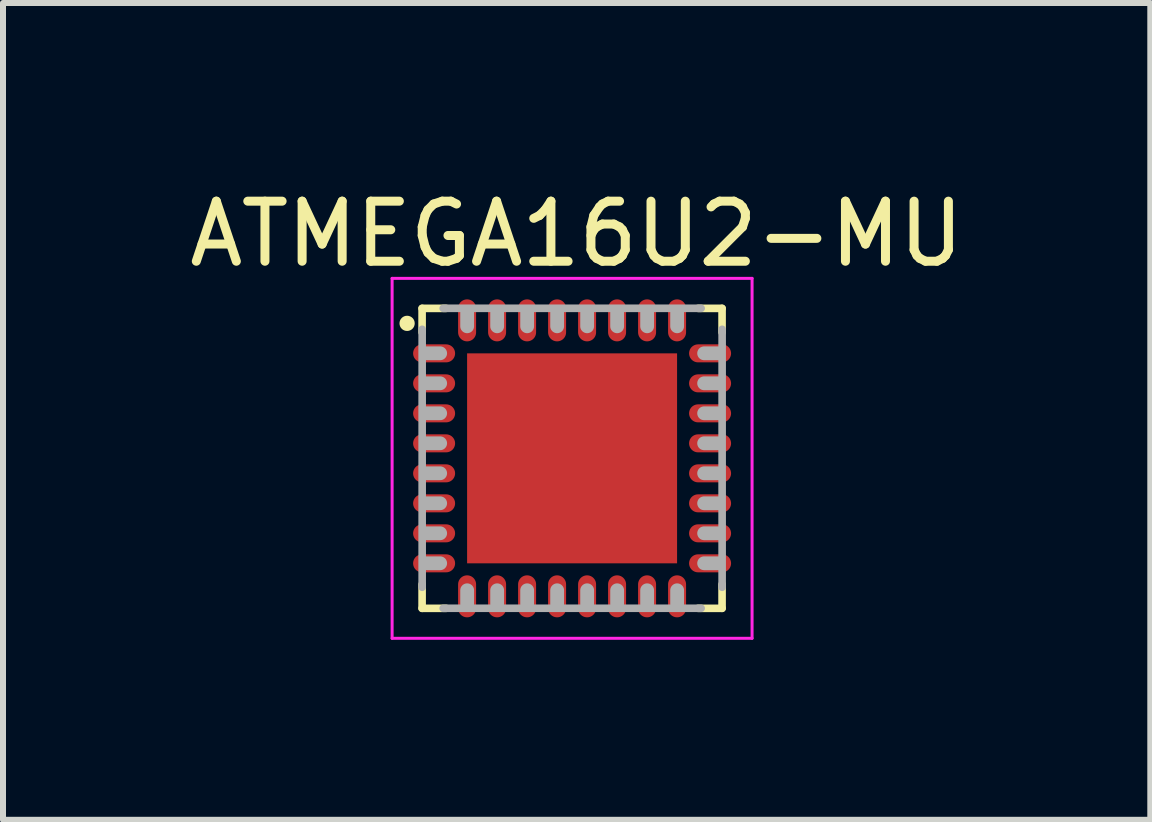
<source format=kicad_pcb>
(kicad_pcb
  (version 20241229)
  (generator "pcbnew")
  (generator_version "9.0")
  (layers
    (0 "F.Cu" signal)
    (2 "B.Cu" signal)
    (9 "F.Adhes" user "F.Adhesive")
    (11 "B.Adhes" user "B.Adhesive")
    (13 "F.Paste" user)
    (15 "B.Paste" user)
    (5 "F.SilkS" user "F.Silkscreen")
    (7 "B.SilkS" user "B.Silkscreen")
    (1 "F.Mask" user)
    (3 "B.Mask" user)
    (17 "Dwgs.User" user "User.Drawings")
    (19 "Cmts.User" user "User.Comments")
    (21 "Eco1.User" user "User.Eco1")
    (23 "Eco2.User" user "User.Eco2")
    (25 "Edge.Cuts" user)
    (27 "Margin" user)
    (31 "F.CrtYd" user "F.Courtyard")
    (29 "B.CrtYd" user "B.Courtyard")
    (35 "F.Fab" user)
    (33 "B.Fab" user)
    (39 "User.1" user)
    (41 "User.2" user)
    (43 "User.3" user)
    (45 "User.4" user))
  (footprint "ATMEGA16U2-MU"
    (layer "F.Cu")
    (at 6.486 4.59)
    (property "Reference" "ATMEGA16U2-MU" (at 0.076 -3.741 0) (layer "F.SilkS") (effects (font (size 1.001 1.001) (thickness 0.15))))
    (attr through_hole)
    (fp_line (start -2.099 -1.751) (end -2.499 -1.751) (stroke (width 0.4) (type solid)) (layer "F.Mask"))
    (fp_line (start -2.099 -1.251) (end -2.499 -1.251) (stroke (width 0.4) (type solid)) (layer "F.Mask"))
    (fp_line (start -2.099 -0.751) (end -2.499 -0.751) (stroke (width 0.4) (type solid)) (layer "F.Mask"))
    (fp_line (start -2.099 -0.251) (end -2.499 -0.251) (stroke (width 0.4) (type solid)) (layer "F.Mask"))
    (fp_line (start -2.099 0.249) (end -2.499 0.249) (stroke (width 0.4) (type solid)) (layer "F.Mask"))
    (fp_line (start -2.099 0.749) (end -2.499 0.749) (stroke (width 0.4) (type solid)) (layer "F.Mask"))
    (fp_line (start -2.099 1.249) (end -2.499 1.249) (stroke (width 0.4) (type solid)) (layer "F.Mask"))
    (fp_line (start -2.099 1.749) (end -2.499 1.749) (stroke (width 0.4) (type solid)) (layer "F.Mask"))
    (fp_line (start -1.749 -2.101) (end -1.749 -2.501) (stroke (width 0.4) (type solid)) (layer "F.Mask"))
    (fp_line (start -1.749 2.099) (end -1.749 2.499) (stroke (width 0.4) (type solid)) (layer "F.Mask"))
    (fp_line (start -1.249 -2.101) (end -1.249 -2.501) (stroke (width 0.4) (type solid)) (layer "F.Mask"))
    (fp_line (start -1.249 2.099) (end -1.249 2.499) (stroke (width 0.4) (type solid)) (layer "F.Mask"))
    (fp_line (start -0.749 -2.101) (end -0.749 -2.501) (stroke (width 0.4) (type solid)) (layer "F.Mask"))
    (fp_line (start -0.749 2.099) (end -0.749 2.499) (stroke (width 0.4) (type solid)) (layer "F.Mask"))
    (fp_line (start -0.249 -2.101) (end -0.249 -2.501) (stroke (width 0.4) (type solid)) (layer "F.Mask"))
    (fp_line (start -0.249 2.099) (end -0.249 2.499) (stroke (width 0.4) (type solid)) (layer "F.Mask"))
    (fp_line (start 0.251 -2.101) (end 0.251 -2.501) (stroke (width 0.4) (type solid)) (layer "F.Mask"))
    (fp_line (start 0.251 2.099) (end 0.251 2.499) (stroke (width 0.4) (type solid)) (layer "F.Mask"))
    (fp_line (start 0.751 -2.101) (end 0.751 -2.501) (stroke (width 0.4) (type solid)) (layer "F.Mask"))
    (fp_line (start 0.751 2.099) (end 0.751 2.499) (stroke (width 0.4) (type solid)) (layer "F.Mask"))
    (fp_line (start 1.251 -2.101) (end 1.251 -2.501) (stroke (width 0.4) (type solid)) (layer "F.Mask"))
    (fp_line (start 1.251 2.099) (end 1.251 2.499) (stroke (width 0.4) (type solid)) (layer "F.Mask"))
    (fp_line (start 1.751 -2.101) (end 1.751 -2.501) (stroke (width 0.4) (type solid)) (layer "F.Mask"))
    (fp_line (start 1.751 2.099) (end 1.751 2.499) (stroke (width 0.4) (type solid)) (layer "F.Mask"))
    (fp_line (start 2.101 -1.751) (end 2.501 -1.751) (stroke (width 0.4) (type solid)) (layer "F.Mask"))
    (fp_line (start 2.101 -1.251) (end 2.501 -1.251) (stroke (width 0.4) (type solid)) (layer "F.Mask"))
    (fp_line (start 2.101 -0.751) (end 2.501 -0.751) (stroke (width 0.4) (type solid)) (layer "F.Mask"))
    (fp_line (start 2.101 -0.251) (end 2.501 -0.251) (stroke (width 0.4) (type solid)) (layer "F.Mask"))
    (fp_line (start 2.101 0.249) (end 2.501 0.249) (stroke (width 0.4) (type solid)) (layer "F.Mask"))
    (fp_line (start 2.101 0.749) (end 2.501 0.749) (stroke (width 0.4) (type solid)) (layer "F.Mask"))
    (fp_line (start 2.101 1.249) (end 2.501 1.249) (stroke (width 0.4) (type solid)) (layer "F.Mask"))
    (fp_line (start 2.101 1.749) (end 2.501 1.749) (stroke (width 0.4) (type solid)) (layer "F.Mask"))
    (fp_line (start -2.5 -2.5) (end -2.5 -2.1) (stroke (width 0.127) (type solid)) (layer "F.SilkS"))
    (fp_line (start -2.5 2.1) (end -2.5 2.5) (stroke (width 0.127) (type solid)) (layer "F.SilkS"))
    (fp_line (start -2.5 2.5) (end -2.1 2.5) (stroke (width 0.127) (type solid)) (layer "F.SilkS"))
    (fp_line (start -2.1 -2.5) (end -2.5 -2.5) (stroke (width 0.127) (type solid)) (layer "F.SilkS"))
    (fp_line (start 2.1 -2.5) (end 2.5 -2.5) (stroke (width 0.127) (type solid)) (layer "F.SilkS"))
    (fp_line (start 2.1 2.5) (end 2.5 2.5) (stroke (width 0.127) (type solid)) (layer "F.SilkS"))
    (fp_line (start 2.5 -2.5) (end 2.5 -2.1) (stroke (width 0.127) (type solid)) (layer "F.SilkS"))
    (fp_line (start 2.5 2.5) (end 2.5 2.1) (stroke (width 0.127) (type solid)) (layer "F.SilkS"))
    (fp_circle (center -2.75 -2.25) (end -2.623 -2.25) (stroke (width 0) (type solid)) (fill yes) (layer "F.SilkS"))
    (fp_poly (pts (xy -1.102 -1.1) (xy 1.1 -1.1) (xy 1.1 1.102) (xy -1.102 1.102)) (stroke (width 0.01) (type solid)) (fill yes) (layer "F.Paste"))
    (fp_line (start -3 -3) (end 3 -3) (stroke (width 0.05) (type solid)) (layer "F.CrtYd"))
    (fp_line (start -3 3) (end -3 -3) (stroke (width 0.05) (type solid)) (layer "F.CrtYd"))
    (fp_line (start 3 -3) (end 3 3) (stroke (width 0.05) (type solid)) (layer "F.CrtYd"))
    (fp_line (start 3 3) (end -3 3) (stroke (width 0.05) (type solid)) (layer "F.CrtYd"))
    (fp_line (start -2.499 2.149) (end -2.499 -2.151) (stroke (width 0.127) (type solid)) (layer "F.Fab"))
    (fp_line (start -2.199 -1.751) (end -2.424 -1.751) (stroke (width 0.23) (type solid)) (layer "F.Fab"))
    (fp_line (start -2.199 -1.251) (end -2.424 -1.251) (stroke (width 0.23) (type solid)) (layer "F.Fab"))
    (fp_line (start -2.199 -0.751) (end -2.424 -0.751) (stroke (width 0.23) (type solid)) (layer "F.Fab"))
    (fp_line (start -2.199 -0.251) (end -2.424 -0.251) (stroke (width 0.23) (type solid)) (layer "F.Fab"))
    (fp_line (start -2.199 0.249) (end -2.424 0.249) (stroke (width 0.23) (type solid)) (layer "F.Fab"))
    (fp_line (start -2.199 0.749) (end -2.424 0.749) (stroke (width 0.23) (type solid)) (layer "F.Fab"))
    (fp_line (start -2.199 1.249) (end -2.424 1.249) (stroke (width 0.23) (type solid)) (layer "F.Fab"))
    (fp_line (start -2.199 1.749) (end -2.424 1.749) (stroke (width 0.23) (type solid)) (layer "F.Fab"))
    (fp_line (start -2.149 -2.501) (end 2.151 -2.501) (stroke (width 0.127) (type solid)) (layer "F.Fab"))
    (fp_line (start -1.749 -2.201) (end -1.749 -2.426) (stroke (width 0.23) (type solid)) (layer "F.Fab"))
    (fp_line (start -1.749 2.199) (end -1.749 2.424) (stroke (width 0.23) (type solid)) (layer "F.Fab"))
    (fp_line (start -1.249 -2.201) (end -1.249 -2.426) (stroke (width 0.23) (type solid)) (layer "F.Fab"))
    (fp_line (start -1.249 2.199) (end -1.249 2.424) (stroke (width 0.23) (type solid)) (layer "F.Fab"))
    (fp_line (start -0.749 -2.201) (end -0.749 -2.426) (stroke (width 0.23) (type solid)) (layer "F.Fab"))
    (fp_line (start -0.749 2.199) (end -0.749 2.424) (stroke (width 0.23) (type solid)) (layer "F.Fab"))
    (fp_line (start -0.249 -2.201) (end -0.249 -2.426) (stroke (width 0.23) (type solid)) (layer "F.Fab"))
    (fp_line (start -0.249 2.199) (end -0.249 2.424) (stroke (width 0.23) (type solid)) (layer "F.Fab"))
    (fp_line (start 0.251 -2.201) (end 0.251 -2.426) (stroke (width 0.23) (type solid)) (layer "F.Fab"))
    (fp_line (start 0.251 2.199) (end 0.251 2.424) (stroke (width 0.23) (type solid)) (layer "F.Fab"))
    (fp_line (start 0.751 -2.201) (end 0.751 -2.426) (stroke (width 0.23) (type solid)) (layer "F.Fab"))
    (fp_line (start 0.751 2.199) (end 0.751 2.424) (stroke (width 0.23) (type solid)) (layer "F.Fab"))
    (fp_line (start 1.251 -2.201) (end 1.251 -2.426) (stroke (width 0.23) (type solid)) (layer "F.Fab"))
    (fp_line (start 1.251 2.199) (end 1.251 2.424) (stroke (width 0.23) (type solid)) (layer "F.Fab"))
    (fp_line (start 1.751 -2.201) (end 1.751 -2.426) (stroke (width 0.23) (type solid)) (layer "F.Fab"))
    (fp_line (start 1.751 2.199) (end 1.751 2.424) (stroke (width 0.23) (type solid)) (layer "F.Fab"))
    (fp_line (start 2.151 2.499) (end -2.149 2.499) (stroke (width 0.127) (type solid)) (layer "F.Fab"))
    (fp_line (start 2.201 -1.751) (end 2.426 -1.751) (stroke (width 0.23) (type solid)) (layer "F.Fab"))
    (fp_line (start 2.201 -1.251) (end 2.426 -1.251) (stroke (width 0.23) (type solid)) (layer "F.Fab"))
    (fp_line (start 2.201 -0.751) (end 2.426 -0.751) (stroke (width 0.23) (type solid)) (layer "F.Fab"))
    (fp_line (start 2.201 -0.251) (end 2.426 -0.251) (stroke (width 0.23) (type solid)) (layer "F.Fab"))
    (fp_line (start 2.201 0.249) (end 2.426 0.249) (stroke (width 0.23) (type solid)) (layer "F.Fab"))
    (fp_line (start 2.201 0.749) (end 2.426 0.749) (stroke (width 0.23) (type solid)) (layer "F.Fab"))
    (fp_line (start 2.201 1.249) (end 2.426 1.249) (stroke (width 0.23) (type solid)) (layer "F.Fab"))
    (fp_line (start 2.201 1.749) (end 2.426 1.749) (stroke (width 0.23) (type solid)) (layer "F.Fab"))
    (fp_line (start 2.501 -2.151) (end 2.501 2.149) (stroke (width 0.127) (type solid)) (layer "F.Fab"))
    (pad "1" smd oval (at -2.3 -1.75) (size 0.7 0.3) (layers "F.Cu" "F.Paste"))
    (pad "2" smd oval (at -2.3 -1.25) (size 0.7 0.3) (layers "F.Cu" "F.Paste"))
    (pad "3" smd oval (at -2.3 -0.75) (size 0.7 0.3) (layers "F.Cu" "F.Paste"))
    (pad "4" smd oval (at -2.3 -0.25) (size 0.7 0.3) (layers "F.Cu" "F.Paste"))
    (pad "5" smd oval (at -2.3 0.25) (size 0.7 0.3) (layers "F.Cu" "F.Paste"))
    (pad "6" smd oval (at -2.3 0.75) (size 0.7 0.3) (layers "F.Cu" "F.Paste"))
    (pad "7" smd oval (at -2.3 1.25) (size 0.7 0.3) (layers "F.Cu" "F.Paste"))
    (pad "8" smd oval (at -2.3 1.75) (size 0.7 0.3) (layers "F.Cu" "F.Paste"))
    (pad "9" smd oval (at -1.75 2.3) (size 0.3 0.7) (layers "F.Cu" "F.Paste"))
    (pad "10" smd oval (at -1.25 2.3) (size 0.3 0.7) (layers "F.Cu" "F.Paste"))
    (pad "11" smd oval (at -0.75 2.3) (size 0.3 0.7) (layers "F.Cu" "F.Paste"))
    (pad "12" smd oval (at -0.25 2.3) (size 0.3 0.7) (layers "F.Cu" "F.Paste"))
    (pad "13" smd oval (at 0.25 2.3) (size 0.3 0.7) (layers "F.Cu" "F.Paste"))
    (pad "14" smd oval (at 0.75 2.3) (size 0.3 0.7) (layers "F.Cu" "F.Paste"))
    (pad "15" smd oval (at 1.25 2.3) (size 0.3 0.7) (layers "F.Cu" "F.Paste"))
    (pad "16" smd oval (at 1.75 2.3) (size 0.3 0.7) (layers "F.Cu" "F.Paste"))
    (pad "17" smd oval (at 2.3 1.75) (size 0.7 0.3) (layers "F.Cu" "F.Paste"))
    (pad "18" smd oval (at 2.3 1.25) (size 0.7 0.3) (layers "F.Cu" "F.Paste"))
    (pad "19" smd oval (at 2.3 0.75) (size 0.7 0.3) (layers "F.Cu" "F.Paste"))
    (pad "20" smd oval (at 2.3 0.25) (size 0.7 0.3) (layers "F.Cu" "F.Paste"))
    (pad "21" smd oval (at 2.3 -0.25) (size 0.7 0.3) (layers "F.Cu" "F.Paste"))
    (pad "22" smd oval (at 2.3 -0.75) (size 0.7 0.3) (layers "F.Cu" "F.Paste"))
    (pad "23" smd oval (at 2.3 -1.25) (size 0.7 0.3) (layers "F.Cu" "F.Paste"))
    (pad "24" smd oval (at 2.3 -1.75) (size 0.7 0.3) (layers "F.Cu" "F.Paste"))
    (pad "25" smd oval (at 1.75 -2.3) (size 0.3 0.7) (layers "F.Cu" "F.Paste"))
    (pad "26" smd oval (at 1.25 -2.3) (size 0.3 0.7) (layers "F.Cu" "F.Paste"))
    (pad "27" smd oval (at 0.75 -2.3) (size 0.3 0.7) (layers "F.Cu" "F.Paste"))
    (pad "28" smd oval (at 0.25 -2.3) (size 0.3 0.7) (layers "F.Cu" "F.Paste"))
    (pad "29" smd oval (at -0.25 -2.3) (size 0.3 0.7) (layers "F.Cu" "F.Paste"))
    (pad "30" smd oval (at -0.75 -2.3) (size 0.3 0.7) (layers "F.Cu" "F.Paste"))
    (pad "31" smd oval (at -1.25 -2.3) (size 0.3 0.7) (layers "F.Cu" "F.Paste"))
    (pad "32" smd oval (at -1.75 -2.3) (size 0.3 0.7) (layers "F.Cu" "F.Paste"))
    (pad "33" smd rect (at 0 0) (size 3.5 3.5) (layers "F.Cu" "F.Mask")))
  (gr_rect
    (start -3 -3)
    (end 16.124 10.615)
    (stroke (width 0.1) (type default))
    (fill no)
    (layer "Edge.Cuts")))
</source>
